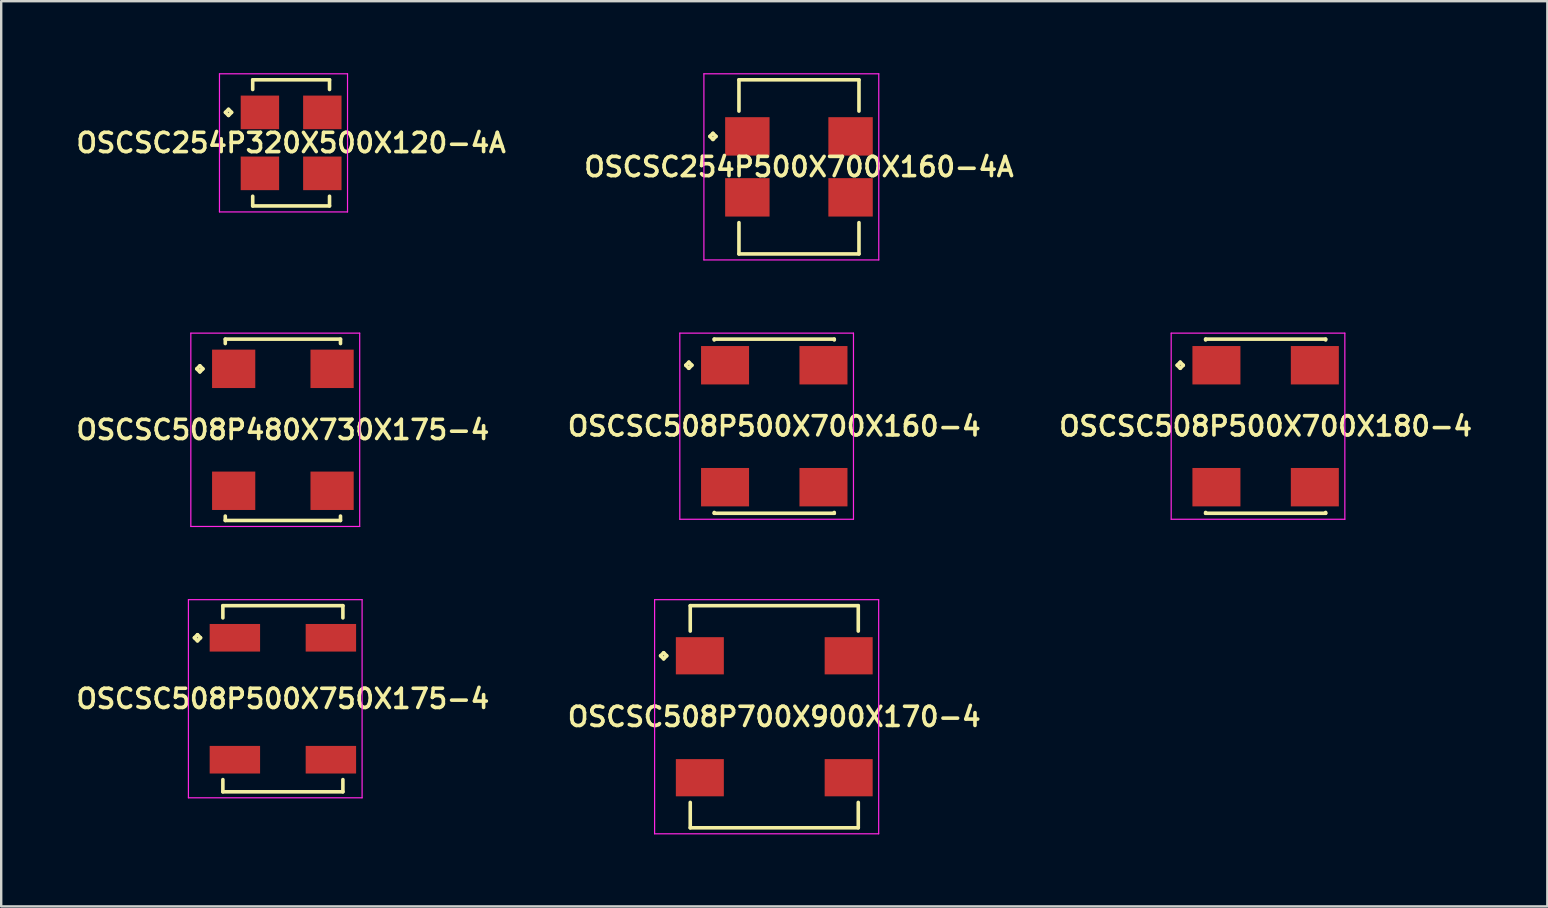
<source format=kicad_pcb>
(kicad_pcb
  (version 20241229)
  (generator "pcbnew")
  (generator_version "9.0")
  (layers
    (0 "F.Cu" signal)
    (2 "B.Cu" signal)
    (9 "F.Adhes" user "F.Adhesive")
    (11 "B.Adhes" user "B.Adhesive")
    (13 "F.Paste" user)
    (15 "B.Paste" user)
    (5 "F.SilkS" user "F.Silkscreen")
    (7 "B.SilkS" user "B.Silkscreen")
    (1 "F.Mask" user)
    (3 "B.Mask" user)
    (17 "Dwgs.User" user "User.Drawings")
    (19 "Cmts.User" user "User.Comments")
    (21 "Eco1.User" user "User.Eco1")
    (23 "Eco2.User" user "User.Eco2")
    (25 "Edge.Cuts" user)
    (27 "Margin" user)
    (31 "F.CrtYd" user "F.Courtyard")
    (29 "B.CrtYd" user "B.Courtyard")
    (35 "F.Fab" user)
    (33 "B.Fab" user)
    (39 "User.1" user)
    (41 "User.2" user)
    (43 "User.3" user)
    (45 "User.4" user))
  (footprint "OSCSC508P500X750X175-4"
    (layer "F.Cu")
    (at 8.735 26.06)
    (property "Reference" "OSCSC508P500X750X175-4" (at 0 0 0) (layer "F.SilkS") (effects (font (size 0.8 0.8) (thickness 0.15))))
    (attr smd)
    (fp_line (start -3.685 -2.54) (end -3.558 -2.667) (stroke (width 0.15) (type solid)) (layer "F.SilkS"))
    (fp_line (start -3.558 -2.667) (end -3.431 -2.54) (stroke (width 0.15) (type solid)) (layer "F.SilkS"))
    (fp_line (start -3.558 -2.413) (end -3.685 -2.54) (stroke (width 0.15) (type solid)) (layer "F.SilkS"))
    (fp_line (start -3.431 -2.54) (end -3.558 -2.413) (stroke (width 0.15) (type solid)) (layer "F.SilkS"))
    (fp_line (start -2.5 -3.877) (end 2.5 -3.877) (stroke (width 0.15) (type solid)) (layer "F.SilkS"))
    (fp_line (start -2.5 -3.369) (end -2.5 -3.877) (stroke (width 0.15) (type solid)) (layer "F.SilkS"))
    (fp_line (start -2.5 3.369) (end -2.5 3.877) (stroke (width 0.15) (type solid)) (layer "F.SilkS"))
    (fp_line (start -2.5 3.877) (end 2.5 3.877) (stroke (width 0.15) (type solid)) (layer "F.SilkS"))
    (fp_line (start 2.5 -3.877) (end 2.5 -3.369) (stroke (width 0.15) (type solid)) (layer "F.SilkS"))
    (fp_line (start 2.5 3.877) (end 2.5 3.369) (stroke (width 0.15) (type solid)) (layer "F.SilkS"))
    (fp_line (start -3.935 -4.127) (end 3.3 -4.127) (stroke (width 0.05) (type solid)) (layer "F.CrtYd"))
    (fp_line (start -3.935 4.127) (end -3.935 -4.127) (stroke (width 0.05) (type solid)) (layer "F.CrtYd"))
    (fp_line (start 3.3 -4.127) (end 3.3 4.127) (stroke (width 0.05) (type solid)) (layer "F.CrtYd"))
    (fp_line (start 3.3 4.127) (end -3.935 4.127) (stroke (width 0.05) (type solid)) (layer "F.CrtYd"))
    (pad "1" smd rect (at -2 -2.54) (size 2.1 1.15) (layers "F.Cu" "F.Mask" "F.Paste"))
    (pad "2" smd rect (at -2 2.54) (size 2.1 1.15) (layers "F.Cu" "F.Mask" "F.Paste"))
    (pad "3" smd rect (at 2 2.54) (size 2.1 1.15) (layers "F.Cu" "F.Mask" "F.Paste"))
    (pad "4" smd rect (at 2 -2.54) (size 2.1 1.15) (layers "F.Cu" "F.Mask" "F.Paste")))
  (footprint "OSCSC254P500X700X160-4A"
    (layer "F.Cu")
    (at 30.235 3.902)
    (property "Reference" "OSCSC254P500X700X160-4A" (at 0 0 0) (layer "F.SilkS") (effects (font (size 0.8 0.8) (thickness 0.15))))
    (attr smd)
    (fp_line (start -3.71 -1.27) (end -3.583 -1.397) (stroke (width 0.15) (type solid)) (layer "F.SilkS"))
    (fp_line (start -3.583 -1.397) (end -3.456 -1.27) (stroke (width 0.15) (type solid)) (layer "F.SilkS"))
    (fp_line (start -3.583 -1.143) (end -3.71 -1.27) (stroke (width 0.15) (type solid)) (layer "F.SilkS"))
    (fp_line (start -3.456 -1.27) (end -3.583 -1.143) (stroke (width 0.15) (type solid)) (layer "F.SilkS"))
    (fp_line (start -2.5 -3.627) (end 2.5 -3.627) (stroke (width 0.15) (type solid)) (layer "F.SilkS"))
    (fp_line (start -2.5 -2.324) (end -2.5 -3.627) (stroke (width 0.15) (type solid)) (layer "F.SilkS"))
    (fp_line (start -2.5 2.324) (end -2.5 3.627) (stroke (width 0.15) (type solid)) (layer "F.SilkS"))
    (fp_line (start -2.5 3.627) (end 2.5 3.627) (stroke (width 0.15) (type solid)) (layer "F.SilkS"))
    (fp_line (start 2.5 -3.627) (end 2.5 -2.324) (stroke (width 0.15) (type solid)) (layer "F.SilkS"))
    (fp_line (start 2.5 3.627) (end 2.5 2.324) (stroke (width 0.15) (type solid)) (layer "F.SilkS"))
    (fp_line (start -3.96 -3.877) (end 3.325 -3.877) (stroke (width 0.05) (type solid)) (layer "F.CrtYd"))
    (fp_line (start -3.96 3.877) (end -3.96 -3.877) (stroke (width 0.05) (type solid)) (layer "F.CrtYd"))
    (fp_line (start 3.325 -3.877) (end 3.325 3.877) (stroke (width 0.05) (type solid)) (layer "F.CrtYd"))
    (fp_line (start 3.325 3.877) (end -3.96 3.877) (stroke (width 0.05) (type solid)) (layer "F.CrtYd"))
    (pad "1" smd rect (at -2.15 -1.27) (size 1.85 1.6) (layers "F.Cu" "F.Mask" "F.Paste"))
    (pad "2" smd rect (at -2.15 1.27) (size 1.85 1.6) (layers "F.Cu" "F.Mask" "F.Paste"))
    (pad "3" smd rect (at 2.15 1.27) (size 1.85 1.6) (layers "F.Cu" "F.Mask" "F.Paste"))
    (pad "4" smd rect (at 2.15 -1.27) (size 1.85 1.6) (layers "F.Cu" "F.Mask" "F.Paste")))
  (footprint "OSCSC508P700X900X170-4"
    (layer "F.Cu")
    (at 29.206 26.81)
    (property "Reference" "OSCSC508P700X900X170-4" (at 0 0 0) (layer "F.SilkS") (effects (font (size 0.8 0.8) (thickness 0.15))))
    (attr smd)
    (fp_line (start -4.735 -2.54) (end -4.608 -2.667) (stroke (width 0.15) (type solid)) (layer "F.SilkS"))
    (fp_line (start -4.608 -2.667) (end -4.481 -2.54) (stroke (width 0.15) (type solid)) (layer "F.SilkS"))
    (fp_line (start -4.608 -2.413) (end -4.735 -2.54) (stroke (width 0.15) (type solid)) (layer "F.SilkS"))
    (fp_line (start -4.481 -2.54) (end -4.608 -2.413) (stroke (width 0.15) (type solid)) (layer "F.SilkS"))
    (fp_line (start -3.5 -4.627) (end 3.5 -4.627) (stroke (width 0.15) (type solid)) (layer "F.SilkS"))
    (fp_line (start -3.5 -3.569) (end -3.5 -4.627) (stroke (width 0.15) (type solid)) (layer "F.SilkS"))
    (fp_line (start -3.5 3.569) (end -3.5 4.627) (stroke (width 0.15) (type solid)) (layer "F.SilkS"))
    (fp_line (start -3.5 4.627) (end 3.5 4.627) (stroke (width 0.15) (type solid)) (layer "F.SilkS"))
    (fp_line (start 3.5 -4.627) (end 3.5 -3.569) (stroke (width 0.15) (type solid)) (layer "F.SilkS"))
    (fp_line (start 3.5 4.627) (end 3.5 3.569) (stroke (width 0.15) (type solid)) (layer "F.SilkS"))
    (fp_line (start -4.985 -4.877) (end 4.35 -4.877) (stroke (width 0.05) (type solid)) (layer "F.CrtYd"))
    (fp_line (start -4.985 4.877) (end -4.985 -4.877) (stroke (width 0.05) (type solid)) (layer "F.CrtYd"))
    (fp_line (start 4.35 -4.877) (end 4.35 4.877) (stroke (width 0.05) (type solid)) (layer "F.CrtYd"))
    (fp_line (start 4.35 4.877) (end -4.985 4.877) (stroke (width 0.05) (type solid)) (layer "F.CrtYd"))
    (pad "1" smd rect (at -3.1 -2.54) (size 2 1.55) (layers "F.Cu" "F.Mask" "F.Paste"))
    (pad "2" smd rect (at -3.1 2.54) (size 2 1.55) (layers "F.Cu" "F.Mask" "F.Paste"))
    (pad "3" smd rect (at 3.1 2.54) (size 2 1.55) (layers "F.Cu" "F.Mask" "F.Paste"))
    (pad "4" smd rect (at 3.1 -2.54) (size 2 1.55) (layers "F.Cu" "F.Mask" "F.Paste")))
  (footprint "OSCSC508P500X700X160-4"
    (layer "F.Cu")
    (at 29.206 14.706)
    (property "Reference" "OSCSC508P500X700X160-4" (at 0 0 0) (layer "F.SilkS") (effects (font (size 0.8 0.8) (thickness 0.15))))
    (attr smd)
    (fp_line (start -3.685 -2.54) (end -3.558 -2.667) (stroke (width 0.15) (type solid)) (layer "F.SilkS"))
    (fp_line (start -3.558 -2.667) (end -3.431 -2.54) (stroke (width 0.15) (type solid)) (layer "F.SilkS"))
    (fp_line (start -3.558 -2.413) (end -3.685 -2.54) (stroke (width 0.15) (type solid)) (layer "F.SilkS"))
    (fp_line (start -3.431 -2.54) (end -3.558 -2.413) (stroke (width 0.15) (type solid)) (layer "F.SilkS"))
    (fp_line (start -2.5 -3.627) (end 2.5 -3.627) (stroke (width 0.15) (type solid)) (layer "F.SilkS"))
    (fp_line (start -2.5 -3.594) (end -2.5 -3.627) (stroke (width 0.15) (type solid)) (layer "F.SilkS"))
    (fp_line (start -2.5 3.594) (end -2.5 3.627) (stroke (width 0.15) (type solid)) (layer "F.SilkS"))
    (fp_line (start -2.5 3.627) (end 2.5 3.627) (stroke (width 0.15) (type solid)) (layer "F.SilkS"))
    (fp_line (start 2.5 -3.627) (end 2.5 -3.594) (stroke (width 0.15) (type solid)) (layer "F.SilkS"))
    (fp_line (start 2.5 3.627) (end 2.5 3.594) (stroke (width 0.15) (type solid)) (layer "F.SilkS"))
    (fp_line (start -3.935 -3.877) (end 3.3 -3.877) (stroke (width 0.05) (type solid)) (layer "F.CrtYd"))
    (fp_line (start -3.935 3.877) (end -3.935 -3.877) (stroke (width 0.05) (type solid)) (layer "F.CrtYd"))
    (fp_line (start 3.3 -3.877) (end 3.3 3.877) (stroke (width 0.05) (type solid)) (layer "F.CrtYd"))
    (fp_line (start 3.3 3.877) (end -3.935 3.877) (stroke (width 0.05) (type solid)) (layer "F.CrtYd"))
    (pad "1" smd rect (at -2.05 -2.54) (size 2 1.6) (layers "F.Cu" "F.Mask" "F.Paste"))
    (pad "2" smd rect (at -2.05 2.54) (size 2 1.6) (layers "F.Cu" "F.Mask" "F.Paste"))
    (pad "3" smd rect (at 2.05 2.54) (size 2 1.6) (layers "F.Cu" "F.Mask" "F.Paste"))
    (pad "4" smd rect (at 2.05 -2.54) (size 2 1.6) (layers "F.Cu" "F.Mask" "F.Paste")))
  (footprint "OSCSC508P480X730X175-4"
    (layer "F.Cu")
    (at 8.735 14.856)
    (property "Reference" "OSCSC508P480X730X175-4" (at 0 0 0) (layer "F.SilkS") (effects (font (size 0.8 0.8) (thickness 0.15))))
    (attr smd)
    (fp_line (start -3.585 -2.54) (end -3.458 -2.667) (stroke (width 0.15) (type solid)) (layer "F.SilkS"))
    (fp_line (start -3.458 -2.667) (end -3.331 -2.54) (stroke (width 0.15) (type solid)) (layer "F.SilkS"))
    (fp_line (start -3.458 -2.413) (end -3.585 -2.54) (stroke (width 0.15) (type solid)) (layer "F.SilkS"))
    (fp_line (start -3.331 -2.54) (end -3.458 -2.413) (stroke (width 0.15) (type solid)) (layer "F.SilkS"))
    (fp_line (start -2.4 -3.777) (end 2.4 -3.777) (stroke (width 0.15) (type solid)) (layer "F.SilkS"))
    (fp_line (start -2.4 -3.594) (end -2.4 -3.777) (stroke (width 0.15) (type solid)) (layer "F.SilkS"))
    (fp_line (start -2.4 3.594) (end -2.4 3.777) (stroke (width 0.15) (type solid)) (layer "F.SilkS"))
    (fp_line (start -2.4 3.777) (end 2.4 3.777) (stroke (width 0.15) (type solid)) (layer "F.SilkS"))
    (fp_line (start 2.4 -3.777) (end 2.4 -3.594) (stroke (width 0.15) (type solid)) (layer "F.SilkS"))
    (fp_line (start 2.4 3.777) (end 2.4 3.594) (stroke (width 0.15) (type solid)) (layer "F.SilkS"))
    (fp_line (start -3.835 -4.027) (end 3.2 -4.027) (stroke (width 0.05) (type solid)) (layer "F.CrtYd"))
    (fp_line (start -3.835 4.027) (end -3.835 -4.027) (stroke (width 0.05) (type solid)) (layer "F.CrtYd"))
    (fp_line (start 3.2 -4.027) (end 3.2 4.027) (stroke (width 0.05) (type solid)) (layer "F.CrtYd"))
    (fp_line (start 3.2 4.027) (end -3.835 4.027) (stroke (width 0.05) (type solid)) (layer "F.CrtYd"))
    (pad "1" smd rect (at -2.05 -2.54) (size 1.8 1.6) (layers "F.Cu" "F.Mask" "F.Paste"))
    (pad "2" smd rect (at -2.05 2.54) (size 1.8 1.6) (layers "F.Cu" "F.Mask" "F.Paste"))
    (pad "3" smd rect (at 2.05 2.54) (size 1.8 1.6) (layers "F.Cu" "F.Mask" "F.Paste"))
    (pad "4" smd rect (at 2.05 -2.54) (size 1.8 1.6) (layers "F.Cu" "F.Mask" "F.Paste")))
  (footprint "OSCSC254P320X500X120-4A"
    (layer "F.Cu")
    (at 9.078 2.902)
    (property "Reference" "OSCSC254P320X500X120-4A" (at 0 0 0) (layer "F.SilkS") (effects (font (size 0.8 0.8) (thickness 0.15))))
    (attr smd)
    (fp_line (start -2.735 -1.27) (end -2.608 -1.397) (stroke (width 0.15) (type solid)) (layer "F.SilkS"))
    (fp_line (start -2.608 -1.397) (end -2.481 -1.27) (stroke (width 0.15) (type solid)) (layer "F.SilkS"))
    (fp_line (start -2.608 -1.143) (end -2.735 -1.27) (stroke (width 0.15) (type solid)) (layer "F.SilkS"))
    (fp_line (start -2.481 -1.27) (end -2.608 -1.143) (stroke (width 0.15) (type solid)) (layer "F.SilkS"))
    (fp_line (start -1.6 -2.627) (end 1.6 -2.627) (stroke (width 0.15) (type solid)) (layer "F.SilkS"))
    (fp_line (start -1.6 -2.224) (end -1.6 -2.627) (stroke (width 0.15) (type solid)) (layer "F.SilkS"))
    (fp_line (start -1.6 2.224) (end -1.6 2.627) (stroke (width 0.15) (type solid)) (layer "F.SilkS"))
    (fp_line (start -1.6 2.627) (end 1.6 2.627) (stroke (width 0.15) (type solid)) (layer "F.SilkS"))
    (fp_line (start 1.6 -2.627) (end 1.6 -2.224) (stroke (width 0.15) (type solid)) (layer "F.SilkS"))
    (fp_line (start 1.6 2.627) (end 1.6 2.224) (stroke (width 0.15) (type solid)) (layer "F.SilkS"))
    (fp_line (start -2.985 -2.877) (end 2.35 -2.877) (stroke (width 0.05) (type solid)) (layer "F.CrtYd"))
    (fp_line (start -2.985 2.877) (end -2.985 -2.877) (stroke (width 0.05) (type solid)) (layer "F.CrtYd"))
    (fp_line (start 2.35 -2.877) (end 2.35 2.877) (stroke (width 0.05) (type solid)) (layer "F.CrtYd"))
    (fp_line (start 2.35 2.877) (end -2.985 2.877) (stroke (width 0.05) (type solid)) (layer "F.CrtYd"))
    (pad "1" smd rect (at -1.3 -1.27) (size 1.6 1.4) (layers "F.Cu" "F.Mask" "F.Paste"))
    (pad "2" smd rect (at -1.3 1.27) (size 1.6 1.4) (layers "F.Cu" "F.Mask" "F.Paste"))
    (pad "3" smd rect (at 1.3 1.27) (size 1.6 1.4) (layers "F.Cu" "F.Mask" "F.Paste"))
    (pad "4" smd rect (at 1.3 -1.27) (size 1.6 1.4) (layers "F.Cu" "F.Mask" "F.Paste")))
  (footprint "OSCSC508P500X700X180-4"
    (layer "F.Cu")
    (at 49.677 14.706)
    (property "Reference" "OSCSC508P500X700X180-4" (at 0 0 0) (layer "F.SilkS") (effects (font (size 0.8 0.8) (thickness 0.15))))
    (attr smd)
    (fp_line (start -3.685 -2.54) (end -3.558 -2.667) (stroke (width 0.15) (type solid)) (layer "F.SilkS"))
    (fp_line (start -3.558 -2.667) (end -3.431 -2.54) (stroke (width 0.15) (type solid)) (layer "F.SilkS"))
    (fp_line (start -3.558 -2.413) (end -3.685 -2.54) (stroke (width 0.15) (type solid)) (layer "F.SilkS"))
    (fp_line (start -3.431 -2.54) (end -3.558 -2.413) (stroke (width 0.15) (type solid)) (layer "F.SilkS"))
    (fp_line (start -2.5 -3.627) (end 2.5 -3.627) (stroke (width 0.15) (type solid)) (layer "F.SilkS"))
    (fp_line (start -2.5 -3.594) (end -2.5 -3.627) (stroke (width 0.15) (type solid)) (layer "F.SilkS"))
    (fp_line (start -2.5 3.594) (end -2.5 3.627) (stroke (width 0.15) (type solid)) (layer "F.SilkS"))
    (fp_line (start -2.5 3.627) (end 2.5 3.627) (stroke (width 0.15) (type solid)) (layer "F.SilkS"))
    (fp_line (start 2.5 -3.627) (end 2.5 -3.594) (stroke (width 0.15) (type solid)) (layer "F.SilkS"))
    (fp_line (start 2.5 3.627) (end 2.5 3.594) (stroke (width 0.15) (type solid)) (layer "F.SilkS"))
    (fp_line (start -3.935 -3.877) (end 3.3 -3.877) (stroke (width 0.05) (type solid)) (layer "F.CrtYd"))
    (fp_line (start -3.935 3.877) (end -3.935 -3.877) (stroke (width 0.05) (type solid)) (layer "F.CrtYd"))
    (fp_line (start 3.3 -3.877) (end 3.3 3.877) (stroke (width 0.05) (type solid)) (layer "F.CrtYd"))
    (fp_line (start 3.3 3.877) (end -3.935 3.877) (stroke (width 0.05) (type solid)) (layer "F.CrtYd"))
    (pad "1" smd rect (at -2.05 -2.54) (size 2 1.6) (layers "F.Cu" "F.Mask" "F.Paste"))
    (pad "2" smd rect (at -2.05 2.54) (size 2 1.6) (layers "F.Cu" "F.Mask" "F.Paste"))
    (pad "3" smd rect (at 2.05 2.54) (size 2 1.6) (layers "F.Cu" "F.Mask" "F.Paste"))
    (pad "4" smd rect (at 2.05 -2.54) (size 2 1.6) (layers "F.Cu" "F.Mask" "F.Paste")))
  (gr_rect
    (start -3 -3)
    (end 61.413 34.712)
    (stroke (width 0.1) (type default))
    (fill no)
    (layer "Edge.Cuts")))
</source>
